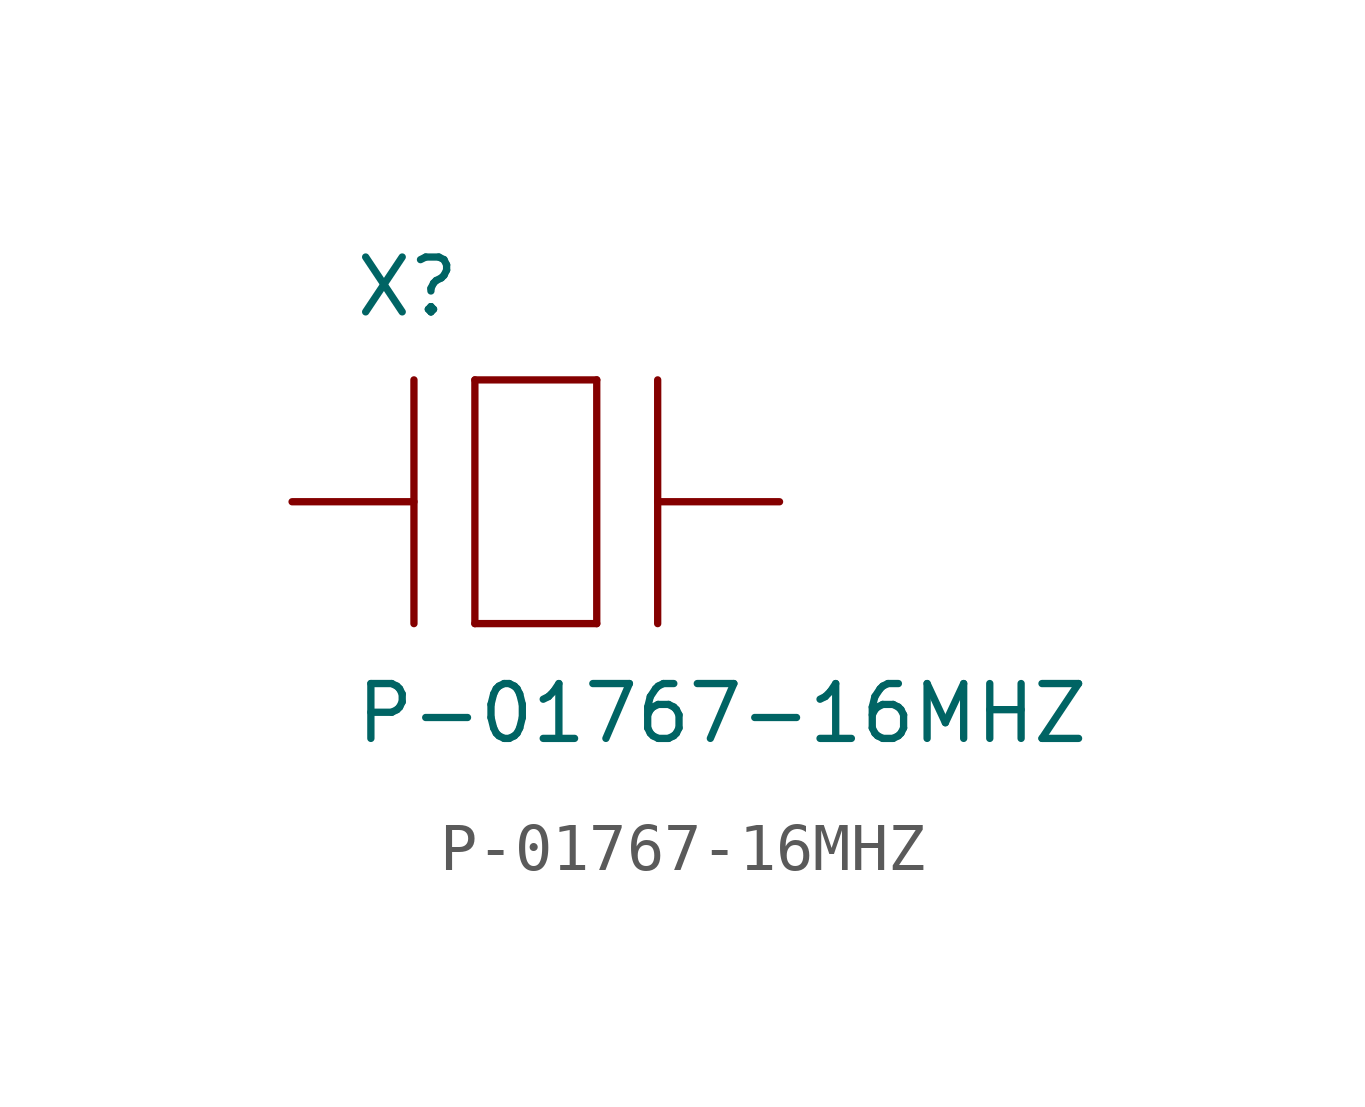
<source format=kicad_sym>
(kicad_symbol_lib
  (version 20211014)
  (generator kicad_symbol_editor)
  (symbol "P-01767-16MHZ"
    (pin_numbers hide)
    (pin_names
      (offset 1.016) hide)
    (property "Reference" "X"
      (at -3.81 3.81 0)
      (effects (font (size 1.143 1.143)) (justify left bottom)))
    (property "Value" "P-01767-16MHZ"
      (at -3.81 -5.08 0)
      (effects (font (size 1.143 1.143)) (justify left bottom)))
    (property "ki_locked" ""
      (at 0 0 0)
      (effects (font (size 1.27 1.27))))
    (symbol "P-01767-16MHZ_1_0"
      (polyline (pts (xy -2.54 2.54) (xy -2.54 -2.54)) (stroke (width 0) (type default) (color 0 0 0 0)) (fill (type none)))
      (polyline (pts (xy -1.27 -2.54) (xy 1.27 -2.54)) (stroke (width 0) (type default) (color 0 0 0 0)) (fill (type none)))
      (polyline (pts (xy -1.27 2.54) (xy -1.27 -2.54)) (stroke (width 0) (type default) (color 0 0 0 0)) (fill (type none)))
      (polyline (pts (xy 1.27 -2.54) (xy 1.27 2.54)) (stroke (width 0) (type default) (color 0 0 0 0)) (fill (type none)))
      (polyline (pts (xy 1.27 2.54) (xy -1.27 2.54)) (stroke (width 0) (type default) (color 0 0 0 0)) (fill (type none)))
      (polyline (pts (xy 2.54 2.54) (xy 2.54 -2.54)) (stroke (width 0) (type default) (color 0 0 0 0)) (fill (type none))))
    (symbol "P-01767-16MHZ_1_1"
      (pin bidirectional line (at -5.08 0 0) (length 2.54) (name "1" (effects (font (size 1.016 1.016)))) (number "P$1" (effects (font (size 1.016 1.016)))))
      (pin bidirectional line (at 5.08 0 180) (length 2.54) (name "2" (effects (font (size 1.016 1.016)))) (number "P$2" (effects (font (size 1.016 1.016))))))))
</source>
